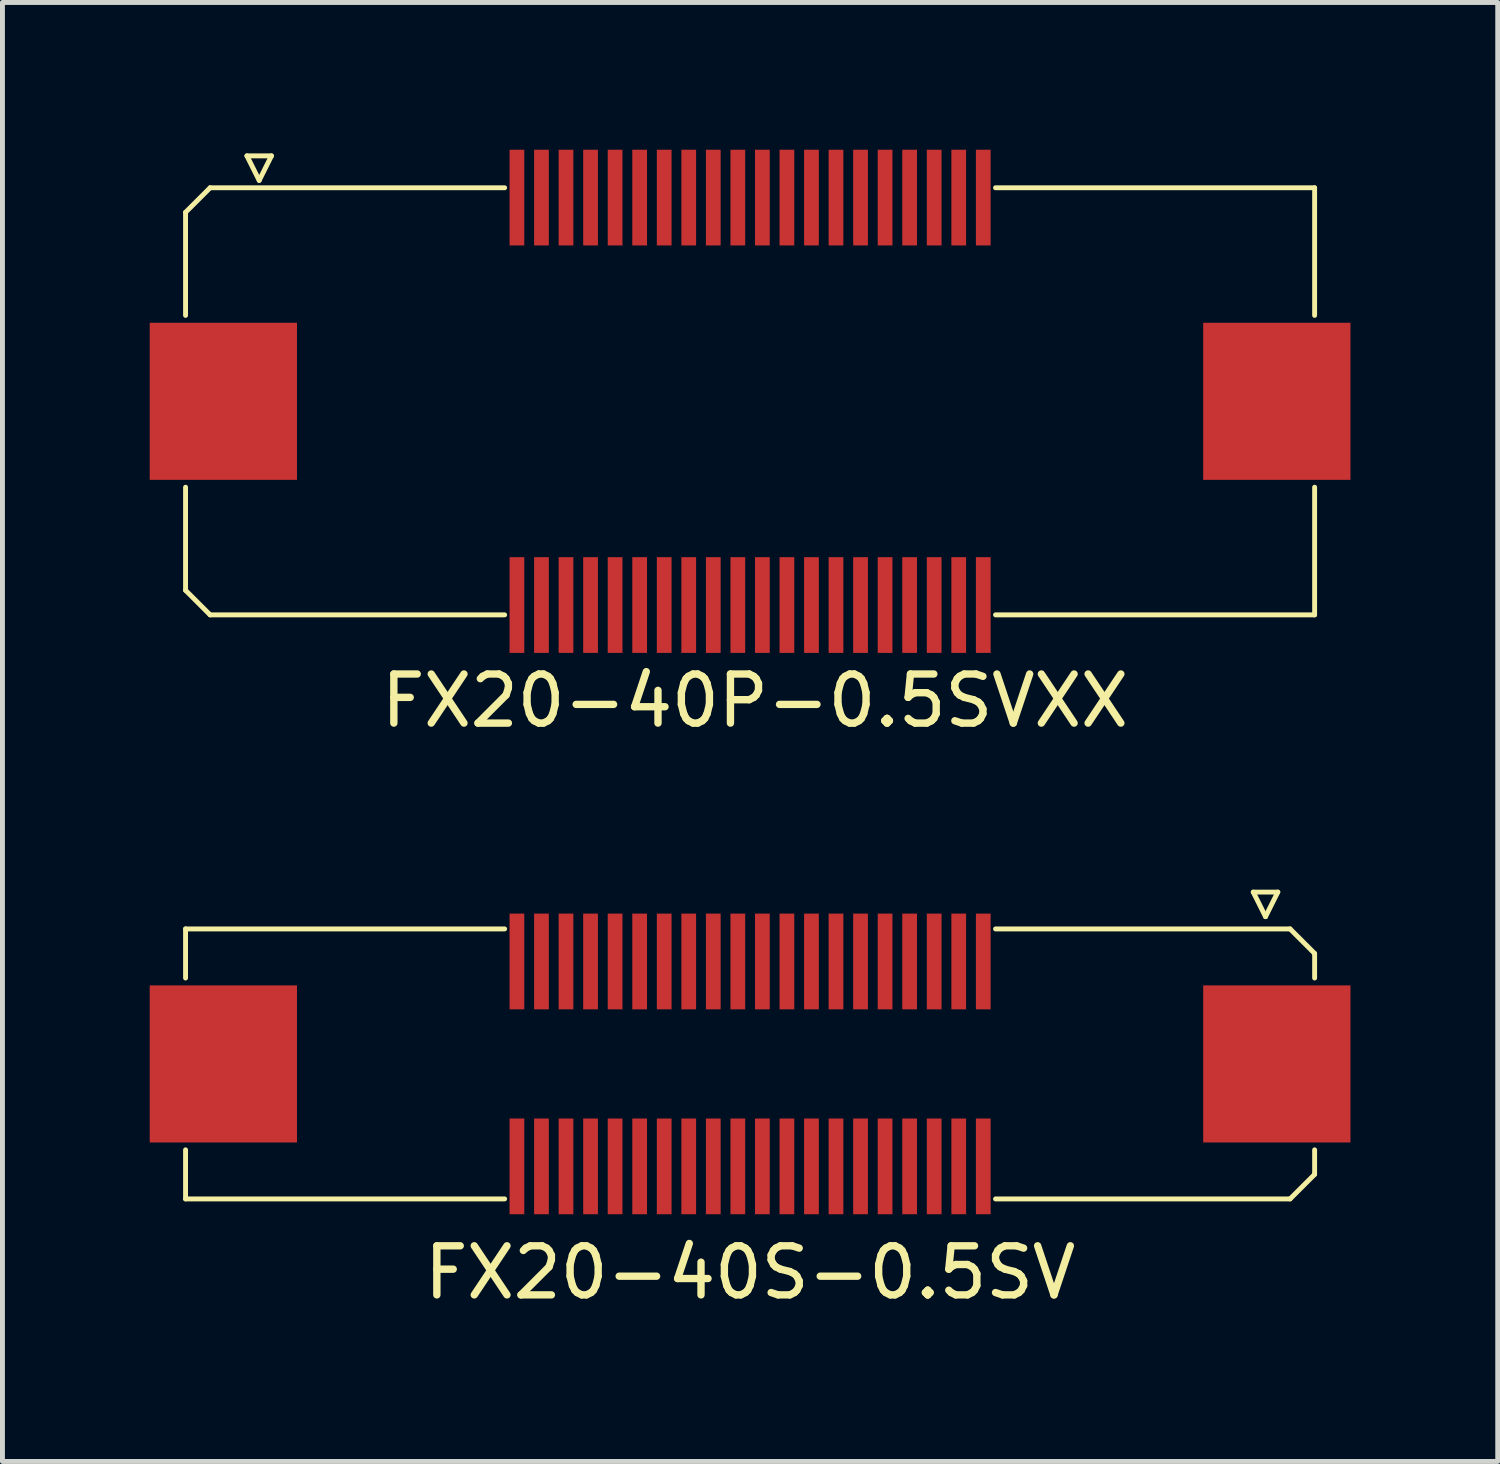
<source format=kicad_pcb>
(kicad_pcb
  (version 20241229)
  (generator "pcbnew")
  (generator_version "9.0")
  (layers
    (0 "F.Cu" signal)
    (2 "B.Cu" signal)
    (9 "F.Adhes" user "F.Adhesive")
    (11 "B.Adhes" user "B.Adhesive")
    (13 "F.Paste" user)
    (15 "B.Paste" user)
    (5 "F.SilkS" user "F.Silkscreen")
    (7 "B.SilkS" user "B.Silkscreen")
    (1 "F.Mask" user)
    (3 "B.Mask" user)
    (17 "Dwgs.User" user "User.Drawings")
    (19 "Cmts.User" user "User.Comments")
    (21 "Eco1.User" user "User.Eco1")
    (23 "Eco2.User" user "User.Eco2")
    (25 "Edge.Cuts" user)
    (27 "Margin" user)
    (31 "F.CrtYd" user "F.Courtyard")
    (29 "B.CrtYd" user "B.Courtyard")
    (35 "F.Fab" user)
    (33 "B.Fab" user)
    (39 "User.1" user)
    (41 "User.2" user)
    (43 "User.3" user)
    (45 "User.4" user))
  (footprint "FX20-40S-0.5SV"
    (layer "F.Cu")
    (at 12.23 18.623)
    (property "Reference" "FX20-40S-0.5SV" (at 0 4.25 0) (layer "F.SilkS") (effects (font (size 1 1) (thickness 0.15))))
    (attr smd)
    (fp_line (start -11.5 -2.75) (end -11.5 -1.75) (stroke (width 0.1) (type solid)) (layer "F.SilkS"))
    (fp_line (start -11.5 1.75) (end -11.5 2.75) (stroke (width 0.1) (type solid)) (layer "F.SilkS"))
    (fp_line (start -11.5 2.75) (end -5 2.75) (stroke (width 0.1) (type solid)) (layer "F.SilkS"))
    (fp_line (start -5 -2.75) (end -11.5 -2.75) (stroke (width 0.1) (type solid)) (layer "F.SilkS"))
    (fp_line (start 5 -2.75) (end 11 -2.75) (stroke (width 0.1) (type solid)) (layer "F.SilkS"))
    (fp_line (start 10.25 -3.5) (end 10.75 -3.5) (stroke (width 0.1) (type solid)) (layer "F.SilkS"))
    (fp_line (start 10.5 -3) (end 10.25 -3.5) (stroke (width 0.1) (type solid)) (layer "F.SilkS"))
    (fp_line (start 10.75 -3.5) (end 10.5 -3) (stroke (width 0.1) (type solid)) (layer "F.SilkS"))
    (fp_line (start 11 -2.75) (end 11.5 -2.25) (stroke (width 0.1) (type solid)) (layer "F.SilkS"))
    (fp_line (start 11 2.75) (end 5 2.75) (stroke (width 0.1) (type solid)) (layer "F.SilkS"))
    (fp_line (start 11.5 -2.25) (end 11.5 -1.75) (stroke (width 0.1) (type solid)) (layer "F.SilkS"))
    (fp_line (start 11.5 1.75) (end 11.5 2.25) (stroke (width 0.1) (type solid)) (layer "F.SilkS"))
    (fp_line (start 11.5 2.25) (end 11 2.75) (stroke (width 0.1) (type solid)) (layer "F.SilkS"))
    (pad "1" smd rect (at 4.75 -2.087) (size 0.3 1.95) (layers "F.Cu" "F.Mask" "F.Paste"))
    (pad "2" smd rect (at 4.75 2.087) (size 0.3 1.95) (layers "F.Cu" "F.Mask" "F.Paste"))
    (pad "3" smd rect (at 4.25 -2.087) (size 0.3 1.95) (layers "F.Cu" "F.Mask" "F.Paste"))
    (pad "4" smd rect (at 4.25 2.087) (size 0.3 1.95) (layers "F.Cu" "F.Mask" "F.Paste"))
    (pad "5" smd rect (at 3.75 -2.087) (size 0.3 1.95) (layers "F.Cu" "F.Mask" "F.Paste"))
    (pad "6" smd rect (at 3.75 2.087) (size 0.3 1.95) (layers "F.Cu" "F.Mask" "F.Paste"))
    (pad "7" smd rect (at 3.25 -2.087) (size 0.3 1.95) (layers "F.Cu" "F.Mask" "F.Paste"))
    (pad "8" smd rect (at 3.25 2.087) (size 0.3 1.95) (layers "F.Cu" "F.Mask" "F.Paste"))
    (pad "9" smd rect (at 2.75 -2.087) (size 0.3 1.95) (layers "F.Cu" "F.Mask" "F.Paste"))
    (pad "10" smd rect (at 2.75 2.087) (size 0.3 1.95) (layers "F.Cu" "F.Mask" "F.Paste"))
    (pad "11" smd rect (at 2.25 -2.087) (size 0.3 1.95) (layers "F.Cu" "F.Mask" "F.Paste"))
    (pad "12" smd rect (at 2.25 2.087) (size 0.3 1.95) (layers "F.Cu" "F.Mask" "F.Paste"))
    (pad "13" smd rect (at 1.75 -2.087) (size 0.3 1.95) (layers "F.Cu" "F.Mask" "F.Paste"))
    (pad "14" smd rect (at 1.75 2.087) (size 0.3 1.95) (layers "F.Cu" "F.Mask" "F.Paste"))
    (pad "15" smd rect (at 1.25 -2.087) (size 0.3 1.95) (layers "F.Cu" "F.Mask" "F.Paste"))
    (pad "16" smd rect (at 1.25 2.087) (size 0.3 1.95) (layers "F.Cu" "F.Mask" "F.Paste"))
    (pad "17" smd rect (at 0.75 -2.087) (size 0.3 1.95) (layers "F.Cu" "F.Mask" "F.Paste"))
    (pad "18" smd rect (at 0.75 2.087) (size 0.3 1.95) (layers "F.Cu" "F.Mask" "F.Paste"))
    (pad "19" smd rect (at 0.25 -2.087) (size 0.3 1.95) (layers "F.Cu" "F.Mask" "F.Paste"))
    (pad "20" smd rect (at 0.25 2.087) (size 0.3 1.95) (layers "F.Cu" "F.Mask" "F.Paste"))
    (pad "21" smd rect (at -0.25 -2.087) (size 0.3 1.95) (layers "F.Cu" "F.Mask" "F.Paste"))
    (pad "22" smd rect (at -0.25 2.087) (size 0.3 1.95) (layers "F.Cu" "F.Mask" "F.Paste"))
    (pad "23" smd rect (at -0.75 -2.087) (size 0.3 1.95) (layers "F.Cu" "F.Mask" "F.Paste"))
    (pad "24" smd rect (at -0.75 2.087) (size 0.3 1.95) (layers "F.Cu" "F.Mask" "F.Paste"))
    (pad "25" smd rect (at -1.25 -2.087) (size 0.3 1.95) (layers "F.Cu" "F.Mask" "F.Paste"))
    (pad "26" smd rect (at -1.25 2.087) (size 0.3 1.95) (layers "F.Cu" "F.Mask" "F.Paste"))
    (pad "27" smd rect (at -1.75 -2.087) (size 0.3 1.95) (layers "F.Cu" "F.Mask" "F.Paste"))
    (pad "28" smd rect (at -1.75 2.087) (size 0.3 1.95) (layers "F.Cu" "F.Mask" "F.Paste"))
    (pad "29" smd rect (at -2.25 -2.087) (size 0.3 1.95) (layers "F.Cu" "F.Mask" "F.Paste"))
    (pad "30" smd rect (at -2.25 2.087) (size 0.3 1.95) (layers "F.Cu" "F.Mask" "F.Paste"))
    (pad "31" smd rect (at -2.75 -2.087) (size 0.3 1.95) (layers "F.Cu" "F.Mask" "F.Paste"))
    (pad "32" smd rect (at -2.75 2.087) (size 0.3 1.95) (layers "F.Cu" "F.Mask" "F.Paste"))
    (pad "33" smd rect (at -3.25 -2.087) (size 0.3 1.95) (layers "F.Cu" "F.Mask" "F.Paste"))
    (pad "34" smd rect (at -3.25 2.087) (size 0.3 1.95) (layers "F.Cu" "F.Mask" "F.Paste"))
    (pad "35" smd rect (at -3.75 -2.087) (size 0.3 1.95) (layers "F.Cu" "F.Mask" "F.Paste"))
    (pad "36" smd rect (at -3.75 2.087) (size 0.3 1.95) (layers "F.Cu" "F.Mask" "F.Paste"))
    (pad "37" smd rect (at -4.25 -2.087) (size 0.3 1.95) (layers "F.Cu" "F.Mask" "F.Paste"))
    (pad "38" smd rect (at -4.25 2.087) (size 0.3 1.95) (layers "F.Cu" "F.Mask" "F.Paste"))
    (pad "39" smd rect (at -4.75 -2.087) (size 0.3 1.95) (layers "F.Cu" "F.Mask" "F.Paste"))
    (pad "40" smd rect (at -4.75 2.087) (size 0.3 1.95) (layers "F.Cu" "F.Mask" "F.Paste"))
    (pad "M" smd rect (at -10.73 0) (size 3 3.2) (layers "F.Cu" "F.Mask" "F.Paste"))
    (pad "M" smd rect (at 10.73 0) (size 3 3.2) (layers "F.Cu" "F.Mask" "F.Paste")))
  (footprint "FX20-40P-0.5SVXX"
    (layer "F.Cu")
    (at 12.23 5.125)
    (property "Reference" "FX20-40P-0.5SVXX" (at 0.1 6.1 0) (layer "F.SilkS") (effects (font (size 1 1) (thickness 0.15))))
    (attr smd)
    (fp_line (start -11.5 -3.85) (end -11 -4.35) (stroke (width 0.1) (type solid)) (layer "F.SilkS"))
    (fp_line (start -11.5 -1.75) (end -11.5 -3.85) (stroke (width 0.1) (type solid)) (layer "F.SilkS"))
    (fp_line (start -11.5 3.85) (end -11.5 1.75) (stroke (width 0.1) (type solid)) (layer "F.SilkS"))
    (fp_line (start -11 4.35) (end -11.5 3.85) (stroke (width 0.1) (type solid)) (layer "F.SilkS"))
    (fp_line (start -11 4.35) (end -5 4.35) (stroke (width 0.1) (type solid)) (layer "F.SilkS"))
    (fp_line (start -10.25 -5) (end -9.75 -5) (stroke (width 0.1) (type solid)) (layer "F.SilkS"))
    (fp_line (start -10 -4.5) (end -10.25 -5) (stroke (width 0.1) (type solid)) (layer "F.SilkS"))
    (fp_line (start -9.75 -5) (end -10 -4.5) (stroke (width 0.1) (type solid)) (layer "F.SilkS"))
    (fp_line (start -5 -4.35) (end -11 -4.35) (stroke (width 0.1) (type solid)) (layer "F.SilkS"))
    (fp_line (start 5 -4.35) (end 11.5 -4.35) (stroke (width 0.1) (type solid)) (layer "F.SilkS"))
    (fp_line (start 11.5 -4.35) (end 11.5 -1.75) (stroke (width 0.1) (type solid)) (layer "F.SilkS"))
    (fp_line (start 11.5 1.75) (end 11.5 4.35) (stroke (width 0.1) (type solid)) (layer "F.SilkS"))
    (fp_line (start 11.5 4.35) (end 5 4.35) (stroke (width 0.1) (type solid)) (layer "F.SilkS"))
    (pad "1" smd rect (at -4.75 -4.15) (size 0.3 1.95) (layers "F.Cu" "F.Mask" "F.Paste"))
    (pad "2" smd rect (at -4.75 4.15) (size 0.3 1.95) (layers "F.Cu" "F.Mask" "F.Paste"))
    (pad "3" smd rect (at -4.25 -4.15) (size 0.3 1.95) (layers "F.Cu" "F.Mask" "F.Paste"))
    (pad "4" smd rect (at -4.25 4.15) (size 0.3 1.95) (layers "F.Cu" "F.Mask" "F.Paste"))
    (pad "5" smd rect (at -3.75 -4.15) (size 0.3 1.95) (layers "F.Cu" "F.Mask" "F.Paste"))
    (pad "6" smd rect (at -3.75 4.15) (size 0.3 1.95) (layers "F.Cu" "F.Mask" "F.Paste"))
    (pad "7" smd rect (at -3.25 -4.15) (size 0.3 1.95) (layers "F.Cu" "F.Mask" "F.Paste"))
    (pad "8" smd rect (at -3.25 4.15) (size 0.3 1.95) (layers "F.Cu" "F.Mask" "F.Paste"))
    (pad "9" smd rect (at -2.75 -4.15) (size 0.3 1.95) (layers "F.Cu" "F.Mask" "F.Paste"))
    (pad "10" smd rect (at -2.75 4.15) (size 0.3 1.95) (layers "F.Cu" "F.Mask" "F.Paste"))
    (pad "11" smd rect (at -2.25 -4.15) (size 0.3 1.95) (layers "F.Cu" "F.Mask" "F.Paste"))
    (pad "12" smd rect (at -2.25 4.15) (size 0.3 1.95) (layers "F.Cu" "F.Mask" "F.Paste"))
    (pad "13" smd rect (at -1.75 -4.15) (size 0.3 1.95) (layers "F.Cu" "F.Mask" "F.Paste"))
    (pad "14" smd rect (at -1.75 4.15) (size 0.3 1.95) (layers "F.Cu" "F.Mask" "F.Paste"))
    (pad "15" smd rect (at -1.25 -4.15) (size 0.3 1.95) (layers "F.Cu" "F.Mask" "F.Paste"))
    (pad "16" smd rect (at -1.25 4.15) (size 0.3 1.95) (layers "F.Cu" "F.Mask" "F.Paste"))
    (pad "17" smd rect (at -0.75 -4.15) (size 0.3 1.95) (layers "F.Cu" "F.Mask" "F.Paste"))
    (pad "18" smd rect (at -0.75 4.15) (size 0.3 1.95) (layers "F.Cu" "F.Mask" "F.Paste"))
    (pad "19" smd rect (at -0.25 -4.15) (size 0.3 1.95) (layers "F.Cu" "F.Mask" "F.Paste"))
    (pad "20" smd rect (at -0.25 4.15) (size 0.3 1.95) (layers "F.Cu" "F.Mask" "F.Paste"))
    (pad "21" smd rect (at 0.25 -4.15) (size 0.3 1.95) (layers "F.Cu" "F.Mask" "F.Paste"))
    (pad "22" smd rect (at 0.25 4.15) (size 0.3 1.95) (layers "F.Cu" "F.Mask" "F.Paste"))
    (pad "23" smd rect (at 0.75 -4.15) (size 0.3 1.95) (layers "F.Cu" "F.Mask" "F.Paste"))
    (pad "24" smd rect (at 0.75 4.15) (size 0.3 1.95) (layers "F.Cu" "F.Mask" "F.Paste"))
    (pad "25" smd rect (at 1.25 -4.15) (size 0.3 1.95) (layers "F.Cu" "F.Mask" "F.Paste"))
    (pad "26" smd rect (at 1.25 4.15) (size 0.3 1.95) (layers "F.Cu" "F.Mask" "F.Paste"))
    (pad "27" smd rect (at 1.75 -4.15) (size 0.3 1.95) (layers "F.Cu" "F.Mask" "F.Paste"))
    (pad "28" smd rect (at 1.75 4.15) (size 0.3 1.95) (layers "F.Cu" "F.Mask" "F.Paste"))
    (pad "29" smd rect (at 2.25 -4.15) (size 0.3 1.95) (layers "F.Cu" "F.Mask" "F.Paste"))
    (pad "30" smd rect (at 2.25 4.15) (size 0.3 1.95) (layers "F.Cu" "F.Mask" "F.Paste"))
    (pad "31" smd rect (at 2.75 -4.15) (size 0.3 1.95) (layers "F.Cu" "F.Mask" "F.Paste"))
    (pad "32" smd rect (at 2.75 4.15) (size 0.3 1.95) (layers "F.Cu" "F.Mask" "F.Paste"))
    (pad "33" smd rect (at 3.25 -4.15) (size 0.3 1.95) (layers "F.Cu" "F.Mask" "F.Paste"))
    (pad "34" smd rect (at 3.25 4.15) (size 0.3 1.95) (layers "F.Cu" "F.Mask" "F.Paste"))
    (pad "35" smd rect (at 3.75 -4.15) (size 0.3 1.95) (layers "F.Cu" "F.Mask" "F.Paste"))
    (pad "36" smd rect (at 3.75 4.15) (size 0.3 1.95) (layers "F.Cu" "F.Mask" "F.Paste"))
    (pad "37" smd rect (at 4.25 -4.15) (size 0.3 1.95) (layers "F.Cu" "F.Mask" "F.Paste"))
    (pad "38" smd rect (at 4.25 4.15) (size 0.3 1.95) (layers "F.Cu" "F.Mask" "F.Paste"))
    (pad "39" smd rect (at 4.75 -4.15) (size 0.3 1.95) (layers "F.Cu" "F.Mask" "F.Paste"))
    (pad "40" smd rect (at 4.75 4.15) (size 0.3 1.95) (layers "F.Cu" "F.Mask" "F.Paste"))
    (pad "M" smd rect (at -10.73 0) (size 3 3.2) (layers "F.Cu" "F.Mask" "F.Paste"))
    (pad "M" smd rect (at 10.73 0) (size 3 3.2) (layers "F.Cu" "F.Mask" "F.Paste")))
  (gr_rect
    (start -3 -3)
    (end 27.46 26.721)
    (stroke (width 0.1) (type default))
    (fill no)
    (layer "Edge.Cuts")))
</source>
